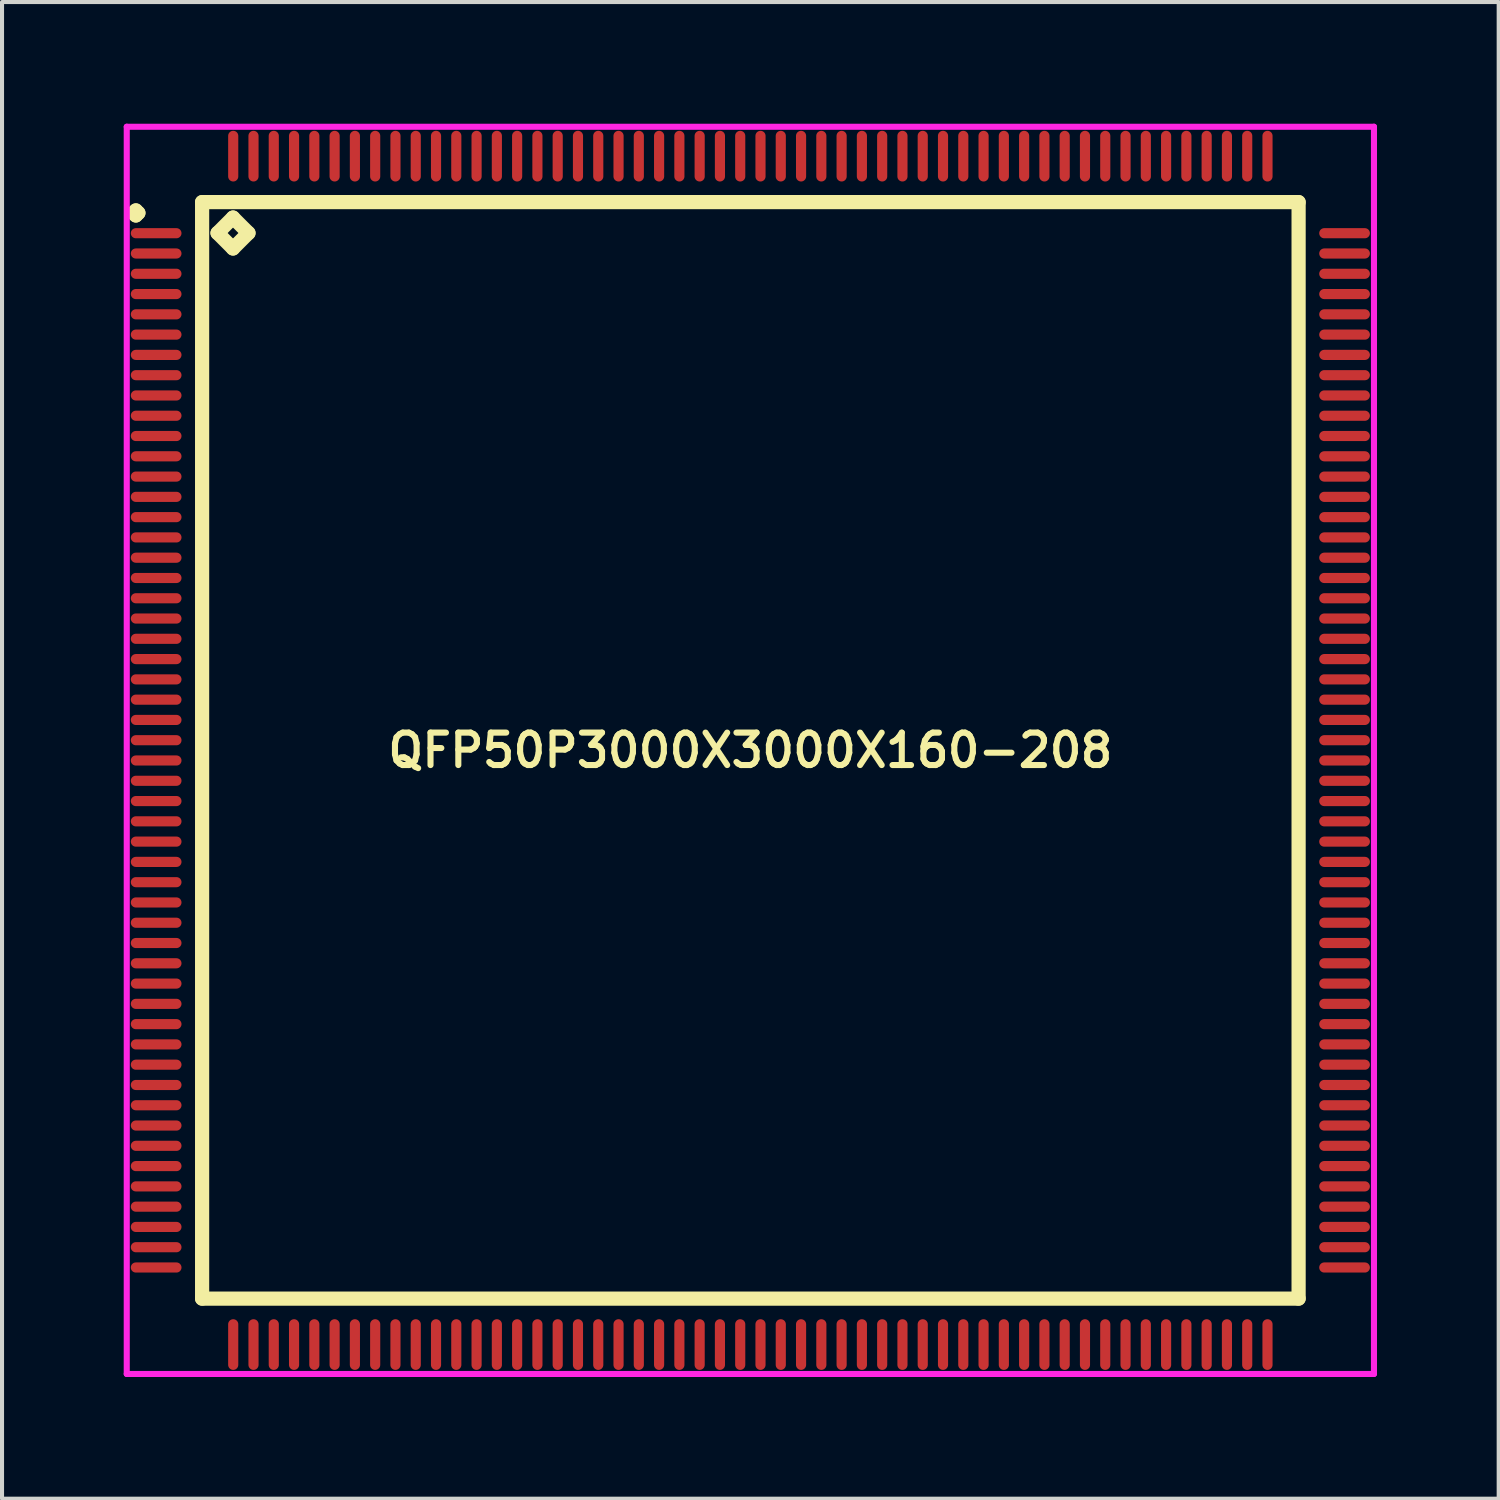
<source format=kicad_pcb>
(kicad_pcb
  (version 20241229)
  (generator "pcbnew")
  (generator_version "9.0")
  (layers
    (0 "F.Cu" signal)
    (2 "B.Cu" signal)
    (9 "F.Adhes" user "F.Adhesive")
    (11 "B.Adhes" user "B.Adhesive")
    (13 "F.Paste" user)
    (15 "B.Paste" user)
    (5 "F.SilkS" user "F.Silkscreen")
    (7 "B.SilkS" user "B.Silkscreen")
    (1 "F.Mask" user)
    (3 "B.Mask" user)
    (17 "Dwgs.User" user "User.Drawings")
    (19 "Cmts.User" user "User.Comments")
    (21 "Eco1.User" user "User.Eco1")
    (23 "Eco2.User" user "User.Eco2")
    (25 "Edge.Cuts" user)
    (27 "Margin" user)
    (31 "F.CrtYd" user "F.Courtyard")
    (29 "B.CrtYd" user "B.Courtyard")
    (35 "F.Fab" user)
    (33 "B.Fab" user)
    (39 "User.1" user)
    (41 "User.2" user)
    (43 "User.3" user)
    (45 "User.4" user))
  (footprint "QFP50P3000X3000X160-208"
    (layer "F.Cu")
    (at 15.45 15.45)
    (property "Reference" "QFP50P3000X3000X160-208" (at 0 0 0) (layer "F.SilkS") (effects (font (size 0.8 0.8) (thickness 0.15))))
    (attr smd)
    (fp_line (start -15.213 -13.25) (end -15.15 -13.312) (stroke (width 0.35) (type solid)) (layer "F.SilkS"))
    (fp_line (start -15.15 -13.312) (end -15.088 -13.25) (stroke (width 0.35) (type solid)) (layer "F.SilkS"))
    (fp_line (start -15.15 -13.188) (end -15.213 -13.25) (stroke (width 0.35) (type solid)) (layer "F.SilkS"))
    (fp_line (start -15.088 -13.25) (end -15.15 -13.188) (stroke (width 0.35) (type solid)) (layer "F.SilkS"))
    (fp_line (start -13.517 -13.517) (end -13.517 13.517) (stroke (width 0.35) (type solid)) (layer "F.SilkS"))
    (fp_line (start -13.517 13.517) (end 13.517 13.517) (stroke (width 0.35) (type solid)) (layer "F.SilkS"))
    (fp_line (start -13.136 -12.755) (end -12.755 -13.136) (stroke (width 0.35) (type solid)) (layer "F.SilkS"))
    (fp_line (start -12.755 -13.136) (end -12.374 -12.755) (stroke (width 0.35) (type solid)) (layer "F.SilkS"))
    (fp_line (start -12.755 -12.374) (end -13.136 -12.755) (stroke (width 0.35) (type solid)) (layer "F.SilkS"))
    (fp_line (start -12.374 -12.755) (end -12.755 -12.374) (stroke (width 0.35) (type solid)) (layer "F.SilkS"))
    (fp_line (start 13.517 -13.517) (end -13.517 -13.517) (stroke (width 0.35) (type solid)) (layer "F.SilkS"))
    (fp_line (start 13.517 13.517) (end 13.517 -13.517) (stroke (width 0.35) (type solid)) (layer "F.SilkS"))
    (fp_line (start -15.375 -15.375) (end 15.375 -15.375) (stroke (width 0.15) (type solid)) (layer "F.CrtYd"))
    (fp_line (start -15.375 15.375) (end -15.375 -15.375) (stroke (width 0.15) (type solid)) (layer "F.CrtYd"))
    (fp_line (start 15.375 -15.375) (end 15.375 15.375) (stroke (width 0.15) (type solid)) (layer "F.CrtYd"))
    (fp_line (start 15.375 15.375) (end -15.375 15.375) (stroke (width 0.15) (type solid)) (layer "F.CrtYd"))
    (pad "1" smd oval (at -14.65 -12.75) (size 1.25 0.25) (layers "F.Cu" "F.Mask" "F.Paste"))
    (pad "2" smd oval (at -14.65 -12.25) (size 1.25 0.25) (layers "F.Cu" "F.Mask" "F.Paste"))
    (pad "3" smd oval (at -14.65 -11.75) (size 1.25 0.25) (layers "F.Cu" "F.Mask" "F.Paste"))
    (pad "4" smd oval (at -14.65 -11.25) (size 1.25 0.25) (layers "F.Cu" "F.Mask" "F.Paste"))
    (pad "5" smd oval (at -14.65 -10.75) (size 1.25 0.25) (layers "F.Cu" "F.Mask" "F.Paste"))
    (pad "6" smd oval (at -14.65 -10.25) (size 1.25 0.25) (layers "F.Cu" "F.Mask" "F.Paste"))
    (pad "7" smd oval (at -14.65 -9.75) (size 1.25 0.25) (layers "F.Cu" "F.Mask" "F.Paste"))
    (pad "8" smd oval (at -14.65 -9.25) (size 1.25 0.25) (layers "F.Cu" "F.Mask" "F.Paste"))
    (pad "9" smd oval (at -14.65 -8.75) (size 1.25 0.25) (layers "F.Cu" "F.Mask" "F.Paste"))
    (pad "10" smd oval (at -14.65 -8.25) (size 1.25 0.25) (layers "F.Cu" "F.Mask" "F.Paste"))
    (pad "11" smd oval (at -14.65 -7.75) (size 1.25 0.25) (layers "F.Cu" "F.Mask" "F.Paste"))
    (pad "12" smd oval (at -14.65 -7.25) (size 1.25 0.25) (layers "F.Cu" "F.Mask" "F.Paste"))
    (pad "13" smd oval (at -14.65 -6.75) (size 1.25 0.25) (layers "F.Cu" "F.Mask" "F.Paste"))
    (pad "14" smd oval (at -14.65 -6.25) (size 1.25 0.25) (layers "F.Cu" "F.Mask" "F.Paste"))
    (pad "15" smd oval (at -14.65 -5.75) (size 1.25 0.25) (layers "F.Cu" "F.Mask" "F.Paste"))
    (pad "16" smd oval (at -14.65 -5.25) (size 1.25 0.25) (layers "F.Cu" "F.Mask" "F.Paste"))
    (pad "17" smd oval (at -14.65 -4.75) (size 1.25 0.25) (layers "F.Cu" "F.Mask" "F.Paste"))
    (pad "18" smd oval (at -14.65 -4.25) (size 1.25 0.25) (layers "F.Cu" "F.Mask" "F.Paste"))
    (pad "19" smd oval (at -14.65 -3.75) (size 1.25 0.25) (layers "F.Cu" "F.Mask" "F.Paste"))
    (pad "20" smd oval (at -14.65 -3.25) (size 1.25 0.25) (layers "F.Cu" "F.Mask" "F.Paste"))
    (pad "21" smd oval (at -14.65 -2.75) (size 1.25 0.25) (layers "F.Cu" "F.Mask" "F.Paste"))
    (pad "22" smd oval (at -14.65 -2.25) (size 1.25 0.25) (layers "F.Cu" "F.Mask" "F.Paste"))
    (pad "23" smd oval (at -14.65 -1.75) (size 1.25 0.25) (layers "F.Cu" "F.Mask" "F.Paste"))
    (pad "24" smd oval (at -14.65 -1.25) (size 1.25 0.25) (layers "F.Cu" "F.Mask" "F.Paste"))
    (pad "25" smd oval (at -14.65 -0.75) (size 1.25 0.25) (layers "F.Cu" "F.Mask" "F.Paste"))
    (pad "26" smd oval (at -14.65 -0.25) (size 1.25 0.25) (layers "F.Cu" "F.Mask" "F.Paste"))
    (pad "27" smd oval (at -14.65 0.25) (size 1.25 0.25) (layers "F.Cu" "F.Mask" "F.Paste"))
    (pad "28" smd oval (at -14.65 0.75) (size 1.25 0.25) (layers "F.Cu" "F.Mask" "F.Paste"))
    (pad "29" smd oval (at -14.65 1.25) (size 1.25 0.25) (layers "F.Cu" "F.Mask" "F.Paste"))
    (pad "30" smd oval (at -14.65 1.75) (size 1.25 0.25) (layers "F.Cu" "F.Mask" "F.Paste"))
    (pad "31" smd oval (at -14.65 2.25) (size 1.25 0.25) (layers "F.Cu" "F.Mask" "F.Paste"))
    (pad "32" smd oval (at -14.65 2.75) (size 1.25 0.25) (layers "F.Cu" "F.Mask" "F.Paste"))
    (pad "33" smd oval (at -14.65 3.25) (size 1.25 0.25) (layers "F.Cu" "F.Mask" "F.Paste"))
    (pad "34" smd oval (at -14.65 3.75) (size 1.25 0.25) (layers "F.Cu" "F.Mask" "F.Paste"))
    (pad "35" smd oval (at -14.65 4.25) (size 1.25 0.25) (layers "F.Cu" "F.Mask" "F.Paste"))
    (pad "36" smd oval (at -14.65 4.75) (size 1.25 0.25) (layers "F.Cu" "F.Mask" "F.Paste"))
    (pad "37" smd oval (at -14.65 5.25) (size 1.25 0.25) (layers "F.Cu" "F.Mask" "F.Paste"))
    (pad "38" smd oval (at -14.65 5.75) (size 1.25 0.25) (layers "F.Cu" "F.Mask" "F.Paste"))
    (pad "39" smd oval (at -14.65 6.25) (size 1.25 0.25) (layers "F.Cu" "F.Mask" "F.Paste"))
    (pad "40" smd oval (at -14.65 6.75) (size 1.25 0.25) (layers "F.Cu" "F.Mask" "F.Paste"))
    (pad "41" smd oval (at -14.65 7.25) (size 1.25 0.25) (layers "F.Cu" "F.Mask" "F.Paste"))
    (pad "42" smd oval (at -14.65 7.75) (size 1.25 0.25) (layers "F.Cu" "F.Mask" "F.Paste"))
    (pad "43" smd oval (at -14.65 8.25) (size 1.25 0.25) (layers "F.Cu" "F.Mask" "F.Paste"))
    (pad "44" smd oval (at -14.65 8.75) (size 1.25 0.25) (layers "F.Cu" "F.Mask" "F.Paste"))
    (pad "45" smd oval (at -14.65 9.25) (size 1.25 0.25) (layers "F.Cu" "F.Mask" "F.Paste"))
    (pad "46" smd oval (at -14.65 9.75) (size 1.25 0.25) (layers "F.Cu" "F.Mask" "F.Paste"))
    (pad "47" smd oval (at -14.65 10.25) (size 1.25 0.25) (layers "F.Cu" "F.Mask" "F.Paste"))
    (pad "48" smd oval (at -14.65 10.75) (size 1.25 0.25) (layers "F.Cu" "F.Mask" "F.Paste"))
    (pad "49" smd oval (at -14.65 11.25) (size 1.25 0.25) (layers "F.Cu" "F.Mask" "F.Paste"))
    (pad "50" smd oval (at -14.65 11.75) (size 1.25 0.25) (layers "F.Cu" "F.Mask" "F.Paste"))
    (pad "51" smd oval (at -14.65 12.25) (size 1.25 0.25) (layers "F.Cu" "F.Mask" "F.Paste"))
    (pad "52" smd oval (at -14.65 12.75) (size 1.25 0.25) (layers "F.Cu" "F.Mask" "F.Paste"))
    (pad "53" smd oval (at -12.75 14.65) (size 0.25 1.25) (layers "F.Cu" "F.Mask" "F.Paste"))
    (pad "54" smd oval (at -12.25 14.65) (size 0.25 1.25) (layers "F.Cu" "F.Mask" "F.Paste"))
    (pad "55" smd oval (at -11.75 14.65) (size 0.25 1.25) (layers "F.Cu" "F.Mask" "F.Paste"))
    (pad "56" smd oval (at -11.25 14.65) (size 0.25 1.25) (layers "F.Cu" "F.Mask" "F.Paste"))
    (pad "57" smd oval (at -10.75 14.65) (size 0.25 1.25) (layers "F.Cu" "F.Mask" "F.Paste"))
    (pad "58" smd oval (at -10.25 14.65) (size 0.25 1.25) (layers "F.Cu" "F.Mask" "F.Paste"))
    (pad "59" smd oval (at -9.75 14.65) (size 0.25 1.25) (layers "F.Cu" "F.Mask" "F.Paste"))
    (pad "60" smd oval (at -9.25 14.65) (size 0.25 1.25) (layers "F.Cu" "F.Mask" "F.Paste"))
    (pad "61" smd oval (at -8.75 14.65) (size 0.25 1.25) (layers "F.Cu" "F.Mask" "F.Paste"))
    (pad "62" smd oval (at -8.25 14.65) (size 0.25 1.25) (layers "F.Cu" "F.Mask" "F.Paste"))
    (pad "63" smd oval (at -7.75 14.65) (size 0.25 1.25) (layers "F.Cu" "F.Mask" "F.Paste"))
    (pad "64" smd oval (at -7.25 14.65) (size 0.25 1.25) (layers "F.Cu" "F.Mask" "F.Paste"))
    (pad "65" smd oval (at -6.75 14.65) (size 0.25 1.25) (layers "F.Cu" "F.Mask" "F.Paste"))
    (pad "66" smd oval (at -6.25 14.65) (size 0.25 1.25) (layers "F.Cu" "F.Mask" "F.Paste"))
    (pad "67" smd oval (at -5.75 14.65) (size 0.25 1.25) (layers "F.Cu" "F.Mask" "F.Paste"))
    (pad "68" smd oval (at -5.25 14.65) (size 0.25 1.25) (layers "F.Cu" "F.Mask" "F.Paste"))
    (pad "69" smd oval (at -4.75 14.65) (size 0.25 1.25) (layers "F.Cu" "F.Mask" "F.Paste"))
    (pad "70" smd oval (at -4.25 14.65) (size 0.25 1.25) (layers "F.Cu" "F.Mask" "F.Paste"))
    (pad "71" smd oval (at -3.75 14.65) (size 0.25 1.25) (layers "F.Cu" "F.Mask" "F.Paste"))
    (pad "72" smd oval (at -3.25 14.65) (size 0.25 1.25) (layers "F.Cu" "F.Mask" "F.Paste"))
    (pad "73" smd oval (at -2.75 14.65) (size 0.25 1.25) (layers "F.Cu" "F.Mask" "F.Paste"))
    (pad "74" smd oval (at -2.25 14.65) (size 0.25 1.25) (layers "F.Cu" "F.Mask" "F.Paste"))
    (pad "75" smd oval (at -1.75 14.65) (size 0.25 1.25) (layers "F.Cu" "F.Mask" "F.Paste"))
    (pad "76" smd oval (at -1.25 14.65) (size 0.25 1.25) (layers "F.Cu" "F.Mask" "F.Paste"))
    (pad "77" smd oval (at -0.75 14.65) (size 0.25 1.25) (layers "F.Cu" "F.Mask" "F.Paste"))
    (pad "78" smd oval (at -0.25 14.65) (size 0.25 1.25) (layers "F.Cu" "F.Mask" "F.Paste"))
    (pad "79" smd oval (at 0.25 14.65) (size 0.25 1.25) (layers "F.Cu" "F.Mask" "F.Paste"))
    (pad "80" smd oval (at 0.75 14.65) (size 0.25 1.25) (layers "F.Cu" "F.Mask" "F.Paste"))
    (pad "81" smd oval (at 1.25 14.65) (size 0.25 1.25) (layers "F.Cu" "F.Mask" "F.Paste"))
    (pad "82" smd oval (at 1.75 14.65) (size 0.25 1.25) (layers "F.Cu" "F.Mask" "F.Paste"))
    (pad "83" smd oval (at 2.25 14.65) (size 0.25 1.25) (layers "F.Cu" "F.Mask" "F.Paste"))
    (pad "84" smd oval (at 2.75 14.65) (size 0.25 1.25) (layers "F.Cu" "F.Mask" "F.Paste"))
    (pad "85" smd oval (at 3.25 14.65) (size 0.25 1.25) (layers "F.Cu" "F.Mask" "F.Paste"))
    (pad "86" smd oval (at 3.75 14.65) (size 0.25 1.25) (layers "F.Cu" "F.Mask" "F.Paste"))
    (pad "87" smd oval (at 4.25 14.65) (size 0.25 1.25) (layers "F.Cu" "F.Mask" "F.Paste"))
    (pad "88" smd oval (at 4.75 14.65) (size 0.25 1.25) (layers "F.Cu" "F.Mask" "F.Paste"))
    (pad "89" smd oval (at 5.25 14.65) (size 0.25 1.25) (layers "F.Cu" "F.Mask" "F.Paste"))
    (pad "90" smd oval (at 5.75 14.65) (size 0.25 1.25) (layers "F.Cu" "F.Mask" "F.Paste"))
    (pad "91" smd oval (at 6.25 14.65) (size 0.25 1.25) (layers "F.Cu" "F.Mask" "F.Paste"))
    (pad "92" smd oval (at 6.75 14.65) (size 0.25 1.25) (layers "F.Cu" "F.Mask" "F.Paste"))
    (pad "93" smd oval (at 7.25 14.65) (size 0.25 1.25) (layers "F.Cu" "F.Mask" "F.Paste"))
    (pad "94" smd oval (at 7.75 14.65) (size 0.25 1.25) (layers "F.Cu" "F.Mask" "F.Paste"))
    (pad "95" smd oval (at 8.25 14.65) (size 0.25 1.25) (layers "F.Cu" "F.Mask" "F.Paste"))
    (pad "96" smd oval (at 8.75 14.65) (size 0.25 1.25) (layers "F.Cu" "F.Mask" "F.Paste"))
    (pad "97" smd oval (at 9.25 14.65) (size 0.25 1.25) (layers "F.Cu" "F.Mask" "F.Paste"))
    (pad "98" smd oval (at 9.75 14.65) (size 0.25 1.25) (layers "F.Cu" "F.Mask" "F.Paste"))
    (pad "99" smd oval (at 10.25 14.65) (size 0.25 1.25) (layers "F.Cu" "F.Mask" "F.Paste"))
    (pad "100" smd oval (at 10.75 14.65) (size 0.25 1.25) (layers "F.Cu" "F.Mask" "F.Paste"))
    (pad "101" smd oval (at 11.25 14.65) (size 0.25 1.25) (layers "F.Cu" "F.Mask" "F.Paste"))
    (pad "102" smd oval (at 11.75 14.65) (size 0.25 1.25) (layers "F.Cu" "F.Mask" "F.Paste"))
    (pad "103" smd oval (at 12.25 14.65) (size 0.25 1.25) (layers "F.Cu" "F.Mask" "F.Paste"))
    (pad "104" smd oval (at 12.75 14.65) (size 0.25 1.25) (layers "F.Cu" "F.Mask" "F.Paste"))
    (pad "105" smd oval (at 14.65 12.75) (size 1.25 0.25) (layers "F.Cu" "F.Mask" "F.Paste"))
    (pad "106" smd oval (at 14.65 12.25) (size 1.25 0.25) (layers "F.Cu" "F.Mask" "F.Paste"))
    (pad "107" smd oval (at 14.65 11.75) (size 1.25 0.25) (layers "F.Cu" "F.Mask" "F.Paste"))
    (pad "108" smd oval (at 14.65 11.25) (size 1.25 0.25) (layers "F.Cu" "F.Mask" "F.Paste"))
    (pad "109" smd oval (at 14.65 10.75) (size 1.25 0.25) (layers "F.Cu" "F.Mask" "F.Paste"))
    (pad "110" smd oval (at 14.65 10.25) (size 1.25 0.25) (layers "F.Cu" "F.Mask" "F.Paste"))
    (pad "111" smd oval (at 14.65 9.75) (size 1.25 0.25) (layers "F.Cu" "F.Mask" "F.Paste"))
    (pad "112" smd oval (at 14.65 9.25) (size 1.25 0.25) (layers "F.Cu" "F.Mask" "F.Paste"))
    (pad "113" smd oval (at 14.65 8.75) (size 1.25 0.25) (layers "F.Cu" "F.Mask" "F.Paste"))
    (pad "114" smd oval (at 14.65 8.25) (size 1.25 0.25) (layers "F.Cu" "F.Mask" "F.Paste"))
    (pad "115" smd oval (at 14.65 7.75) (size 1.25 0.25) (layers "F.Cu" "F.Mask" "F.Paste"))
    (pad "116" smd oval (at 14.65 7.25) (size 1.25 0.25) (layers "F.Cu" "F.Mask" "F.Paste"))
    (pad "117" smd oval (at 14.65 6.75) (size 1.25 0.25) (layers "F.Cu" "F.Mask" "F.Paste"))
    (pad "118" smd oval (at 14.65 6.25) (size 1.25 0.25) (layers "F.Cu" "F.Mask" "F.Paste"))
    (pad "119" smd oval (at 14.65 5.75) (size 1.25 0.25) (layers "F.Cu" "F.Mask" "F.Paste"))
    (pad "120" smd oval (at 14.65 5.25) (size 1.25 0.25) (layers "F.Cu" "F.Mask" "F.Paste"))
    (pad "121" smd oval (at 14.65 4.75) (size 1.25 0.25) (layers "F.Cu" "F.Mask" "F.Paste"))
    (pad "122" smd oval (at 14.65 4.25) (size 1.25 0.25) (layers "F.Cu" "F.Mask" "F.Paste"))
    (pad "123" smd oval (at 14.65 3.75) (size 1.25 0.25) (layers "F.Cu" "F.Mask" "F.Paste"))
    (pad "124" smd oval (at 14.65 3.25) (size 1.25 0.25) (layers "F.Cu" "F.Mask" "F.Paste"))
    (pad "125" smd oval (at 14.65 2.75) (size 1.25 0.25) (layers "F.Cu" "F.Mask" "F.Paste"))
    (pad "126" smd oval (at 14.65 2.25) (size 1.25 0.25) (layers "F.Cu" "F.Mask" "F.Paste"))
    (pad "127" smd oval (at 14.65 1.75) (size 1.25 0.25) (layers "F.Cu" "F.Mask" "F.Paste"))
    (pad "128" smd oval (at 14.65 1.25) (size 1.25 0.25) (layers "F.Cu" "F.Mask" "F.Paste"))
    (pad "129" smd oval (at 14.65 0.75) (size 1.25 0.25) (layers "F.Cu" "F.Mask" "F.Paste"))
    (pad "130" smd oval (at 14.65 0.25) (size 1.25 0.25) (layers "F.Cu" "F.Mask" "F.Paste"))
    (pad "131" smd oval (at 14.65 -0.25) (size 1.25 0.25) (layers "F.Cu" "F.Mask" "F.Paste"))
    (pad "132" smd oval (at 14.65 -0.75) (size 1.25 0.25) (layers "F.Cu" "F.Mask" "F.Paste"))
    (pad "133" smd oval (at 14.65 -1.25) (size 1.25 0.25) (layers "F.Cu" "F.Mask" "F.Paste"))
    (pad "134" smd oval (at 14.65 -1.75) (size 1.25 0.25) (layers "F.Cu" "F.Mask" "F.Paste"))
    (pad "135" smd oval (at 14.65 -2.25) (size 1.25 0.25) (layers "F.Cu" "F.Mask" "F.Paste"))
    (pad "136" smd oval (at 14.65 -2.75) (size 1.25 0.25) (layers "F.Cu" "F.Mask" "F.Paste"))
    (pad "137" smd oval (at 14.65 -3.25) (size 1.25 0.25) (layers "F.Cu" "F.Mask" "F.Paste"))
    (pad "138" smd oval (at 14.65 -3.75) (size 1.25 0.25) (layers "F.Cu" "F.Mask" "F.Paste"))
    (pad "139" smd oval (at 14.65 -4.25) (size 1.25 0.25) (layers "F.Cu" "F.Mask" "F.Paste"))
    (pad "140" smd oval (at 14.65 -4.75) (size 1.25 0.25) (layers "F.Cu" "F.Mask" "F.Paste"))
    (pad "141" smd oval (at 14.65 -5.25) (size 1.25 0.25) (layers "F.Cu" "F.Mask" "F.Paste"))
    (pad "142" smd oval (at 14.65 -5.75) (size 1.25 0.25) (layers "F.Cu" "F.Mask" "F.Paste"))
    (pad "143" smd oval (at 14.65 -6.25) (size 1.25 0.25) (layers "F.Cu" "F.Mask" "F.Paste"))
    (pad "144" smd oval (at 14.65 -6.75) (size 1.25 0.25) (layers "F.Cu" "F.Mask" "F.Paste"))
    (pad "145" smd oval (at 14.65 -7.25) (size 1.25 0.25) (layers "F.Cu" "F.Mask" "F.Paste"))
    (pad "146" smd oval (at 14.65 -7.75) (size 1.25 0.25) (layers "F.Cu" "F.Mask" "F.Paste"))
    (pad "147" smd oval (at 14.65 -8.25) (size 1.25 0.25) (layers "F.Cu" "F.Mask" "F.Paste"))
    (pad "148" smd oval (at 14.65 -8.75) (size 1.25 0.25) (layers "F.Cu" "F.Mask" "F.Paste"))
    (pad "149" smd oval (at 14.65 -9.25) (size 1.25 0.25) (layers "F.Cu" "F.Mask" "F.Paste"))
    (pad "150" smd oval (at 14.65 -9.75) (size 1.25 0.25) (layers "F.Cu" "F.Mask" "F.Paste"))
    (pad "151" smd oval (at 14.65 -10.25) (size 1.25 0.25) (layers "F.Cu" "F.Mask" "F.Paste"))
    (pad "152" smd oval (at 14.65 -10.75) (size 1.25 0.25) (layers "F.Cu" "F.Mask" "F.Paste"))
    (pad "153" smd oval (at 14.65 -11.25) (size 1.25 0.25) (layers "F.Cu" "F.Mask" "F.Paste"))
    (pad "154" smd oval (at 14.65 -11.75) (size 1.25 0.25) (layers "F.Cu" "F.Mask" "F.Paste"))
    (pad "155" smd oval (at 14.65 -12.25) (size 1.25 0.25) (layers "F.Cu" "F.Mask" "F.Paste"))
    (pad "156" smd oval (at 14.65 -12.75) (size 1.25 0.25) (layers "F.Cu" "F.Mask" "F.Paste"))
    (pad "157" smd oval (at 12.75 -14.65) (size 0.25 1.25) (layers "F.Cu" "F.Mask" "F.Paste"))
    (pad "158" smd oval (at 12.25 -14.65) (size 0.25 1.25) (layers "F.Cu" "F.Mask" "F.Paste"))
    (pad "159" smd oval (at 11.75 -14.65) (size 0.25 1.25) (layers "F.Cu" "F.Mask" "F.Paste"))
    (pad "160" smd oval (at 11.25 -14.65) (size 0.25 1.25) (layers "F.Cu" "F.Mask" "F.Paste"))
    (pad "161" smd oval (at 10.75 -14.65) (size 0.25 1.25) (layers "F.Cu" "F.Mask" "F.Paste"))
    (pad "162" smd oval (at 10.25 -14.65) (size 0.25 1.25) (layers "F.Cu" "F.Mask" "F.Paste"))
    (pad "163" smd oval (at 9.75 -14.65) (size 0.25 1.25) (layers "F.Cu" "F.Mask" "F.Paste"))
    (pad "164" smd oval (at 9.25 -14.65) (size 0.25 1.25) (layers "F.Cu" "F.Mask" "F.Paste"))
    (pad "165" smd oval (at 8.75 -14.65) (size 0.25 1.25) (layers "F.Cu" "F.Mask" "F.Paste"))
    (pad "166" smd oval (at 8.25 -14.65) (size 0.25 1.25) (layers "F.Cu" "F.Mask" "F.Paste"))
    (pad "167" smd oval (at 7.75 -14.65) (size 0.25 1.25) (layers "F.Cu" "F.Mask" "F.Paste"))
    (pad "168" smd oval (at 7.25 -14.65) (size 0.25 1.25) (layers "F.Cu" "F.Mask" "F.Paste"))
    (pad "169" smd oval (at 6.75 -14.65) (size 0.25 1.25) (layers "F.Cu" "F.Mask" "F.Paste"))
    (pad "170" smd oval (at 6.25 -14.65) (size 0.25 1.25) (layers "F.Cu" "F.Mask" "F.Paste"))
    (pad "171" smd oval (at 5.75 -14.65) (size 0.25 1.25) (layers "F.Cu" "F.Mask" "F.Paste"))
    (pad "172" smd oval (at 5.25 -14.65) (size 0.25 1.25) (layers "F.Cu" "F.Mask" "F.Paste"))
    (pad "173" smd oval (at 4.75 -14.65) (size 0.25 1.25) (layers "F.Cu" "F.Mask" "F.Paste"))
    (pad "174" smd oval (at 4.25 -14.65) (size 0.25 1.25) (layers "F.Cu" "F.Mask" "F.Paste"))
    (pad "175" smd oval (at 3.75 -14.65) (size 0.25 1.25) (layers "F.Cu" "F.Mask" "F.Paste"))
    (pad "176" smd oval (at 3.25 -14.65) (size 0.25 1.25) (layers "F.Cu" "F.Mask" "F.Paste"))
    (pad "177" smd oval (at 2.75 -14.65) (size 0.25 1.25) (layers "F.Cu" "F.Mask" "F.Paste"))
    (pad "178" smd oval (at 2.25 -14.65) (size 0.25 1.25) (layers "F.Cu" "F.Mask" "F.Paste"))
    (pad "179" smd oval (at 1.75 -14.65) (size 0.25 1.25) (layers "F.Cu" "F.Mask" "F.Paste"))
    (pad "180" smd oval (at 1.25 -14.65) (size 0.25 1.25) (layers "F.Cu" "F.Mask" "F.Paste"))
    (pad "181" smd oval (at 0.75 -14.65) (size 0.25 1.25) (layers "F.Cu" "F.Mask" "F.Paste"))
    (pad "182" smd oval (at 0.25 -14.65) (size 0.25 1.25) (layers "F.Cu" "F.Mask" "F.Paste"))
    (pad "183" smd oval (at -0.25 -14.65) (size 0.25 1.25) (layers "F.Cu" "F.Mask" "F.Paste"))
    (pad "184" smd oval (at -0.75 -14.65) (size 0.25 1.25) (layers "F.Cu" "F.Mask" "F.Paste"))
    (pad "185" smd oval (at -1.25 -14.65) (size 0.25 1.25) (layers "F.Cu" "F.Mask" "F.Paste"))
    (pad "186" smd oval (at -1.75 -14.65) (size 0.25 1.25) (layers "F.Cu" "F.Mask" "F.Paste"))
    (pad "187" smd oval (at -2.25 -14.65) (size 0.25 1.25) (layers "F.Cu" "F.Mask" "F.Paste"))
    (pad "188" smd oval (at -2.75 -14.65) (size 0.25 1.25) (layers "F.Cu" "F.Mask" "F.Paste"))
    (pad "189" smd oval (at -3.25 -14.65) (size 0.25 1.25) (layers "F.Cu" "F.Mask" "F.Paste"))
    (pad "190" smd oval (at -3.75 -14.65) (size 0.25 1.25) (layers "F.Cu" "F.Mask" "F.Paste"))
    (pad "191" smd oval (at -4.25 -14.65) (size 0.25 1.25) (layers "F.Cu" "F.Mask" "F.Paste"))
    (pad "192" smd oval (at -4.75 -14.65) (size 0.25 1.25) (layers "F.Cu" "F.Mask" "F.Paste"))
    (pad "193" smd oval (at -5.25 -14.65) (size 0.25 1.25) (layers "F.Cu" "F.Mask" "F.Paste"))
    (pad "194" smd oval (at -5.75 -14.65) (size 0.25 1.25) (layers "F.Cu" "F.Mask" "F.Paste"))
    (pad "195" smd oval (at -6.25 -14.65) (size 0.25 1.25) (layers "F.Cu" "F.Mask" "F.Paste"))
    (pad "196" smd oval (at -6.75 -14.65) (size 0.25 1.25) (layers "F.Cu" "F.Mask" "F.Paste"))
    (pad "197" smd oval (at -7.25 -14.65) (size 0.25 1.25) (layers "F.Cu" "F.Mask" "F.Paste"))
    (pad "198" smd oval (at -7.75 -14.65) (size 0.25 1.25) (layers "F.Cu" "F.Mask" "F.Paste"))
    (pad "199" smd oval (at -8.25 -14.65) (size 0.25 1.25) (layers "F.Cu" "F.Mask" "F.Paste"))
    (pad "200" smd oval (at -8.75 -14.65) (size 0.25 1.25) (layers "F.Cu" "F.Mask" "F.Paste"))
    (pad "201" smd oval (at -9.25 -14.65) (size 0.25 1.25) (layers "F.Cu" "F.Mask" "F.Paste"))
    (pad "202" smd oval (at -9.75 -14.65) (size 0.25 1.25) (layers "F.Cu" "F.Mask" "F.Paste"))
    (pad "203" smd oval (at -10.25 -14.65) (size 0.25 1.25) (layers "F.Cu" "F.Mask" "F.Paste"))
    (pad "204" smd oval (at -10.75 -14.65) (size 0.25 1.25) (layers "F.Cu" "F.Mask" "F.Paste"))
    (pad "205" smd oval (at -11.25 -14.65) (size 0.25 1.25) (layers "F.Cu" "F.Mask" "F.Paste"))
    (pad "206" smd oval (at -11.75 -14.65) (size 0.25 1.25) (layers "F.Cu" "F.Mask" "F.Paste"))
    (pad "207" smd oval (at -12.25 -14.65) (size 0.25 1.25) (layers "F.Cu" "F.Mask" "F.Paste"))
    (pad "208" smd oval (at -12.75 -14.65) (size 0.25 1.25) (layers "F.Cu" "F.Mask" "F.Paste")))
  (gr_rect
    (start -3 -3)
    (end 33.9 33.9)
    (stroke (width 0.1) (type default))
    (fill no)
    (layer "Edge.Cuts")))
</source>
